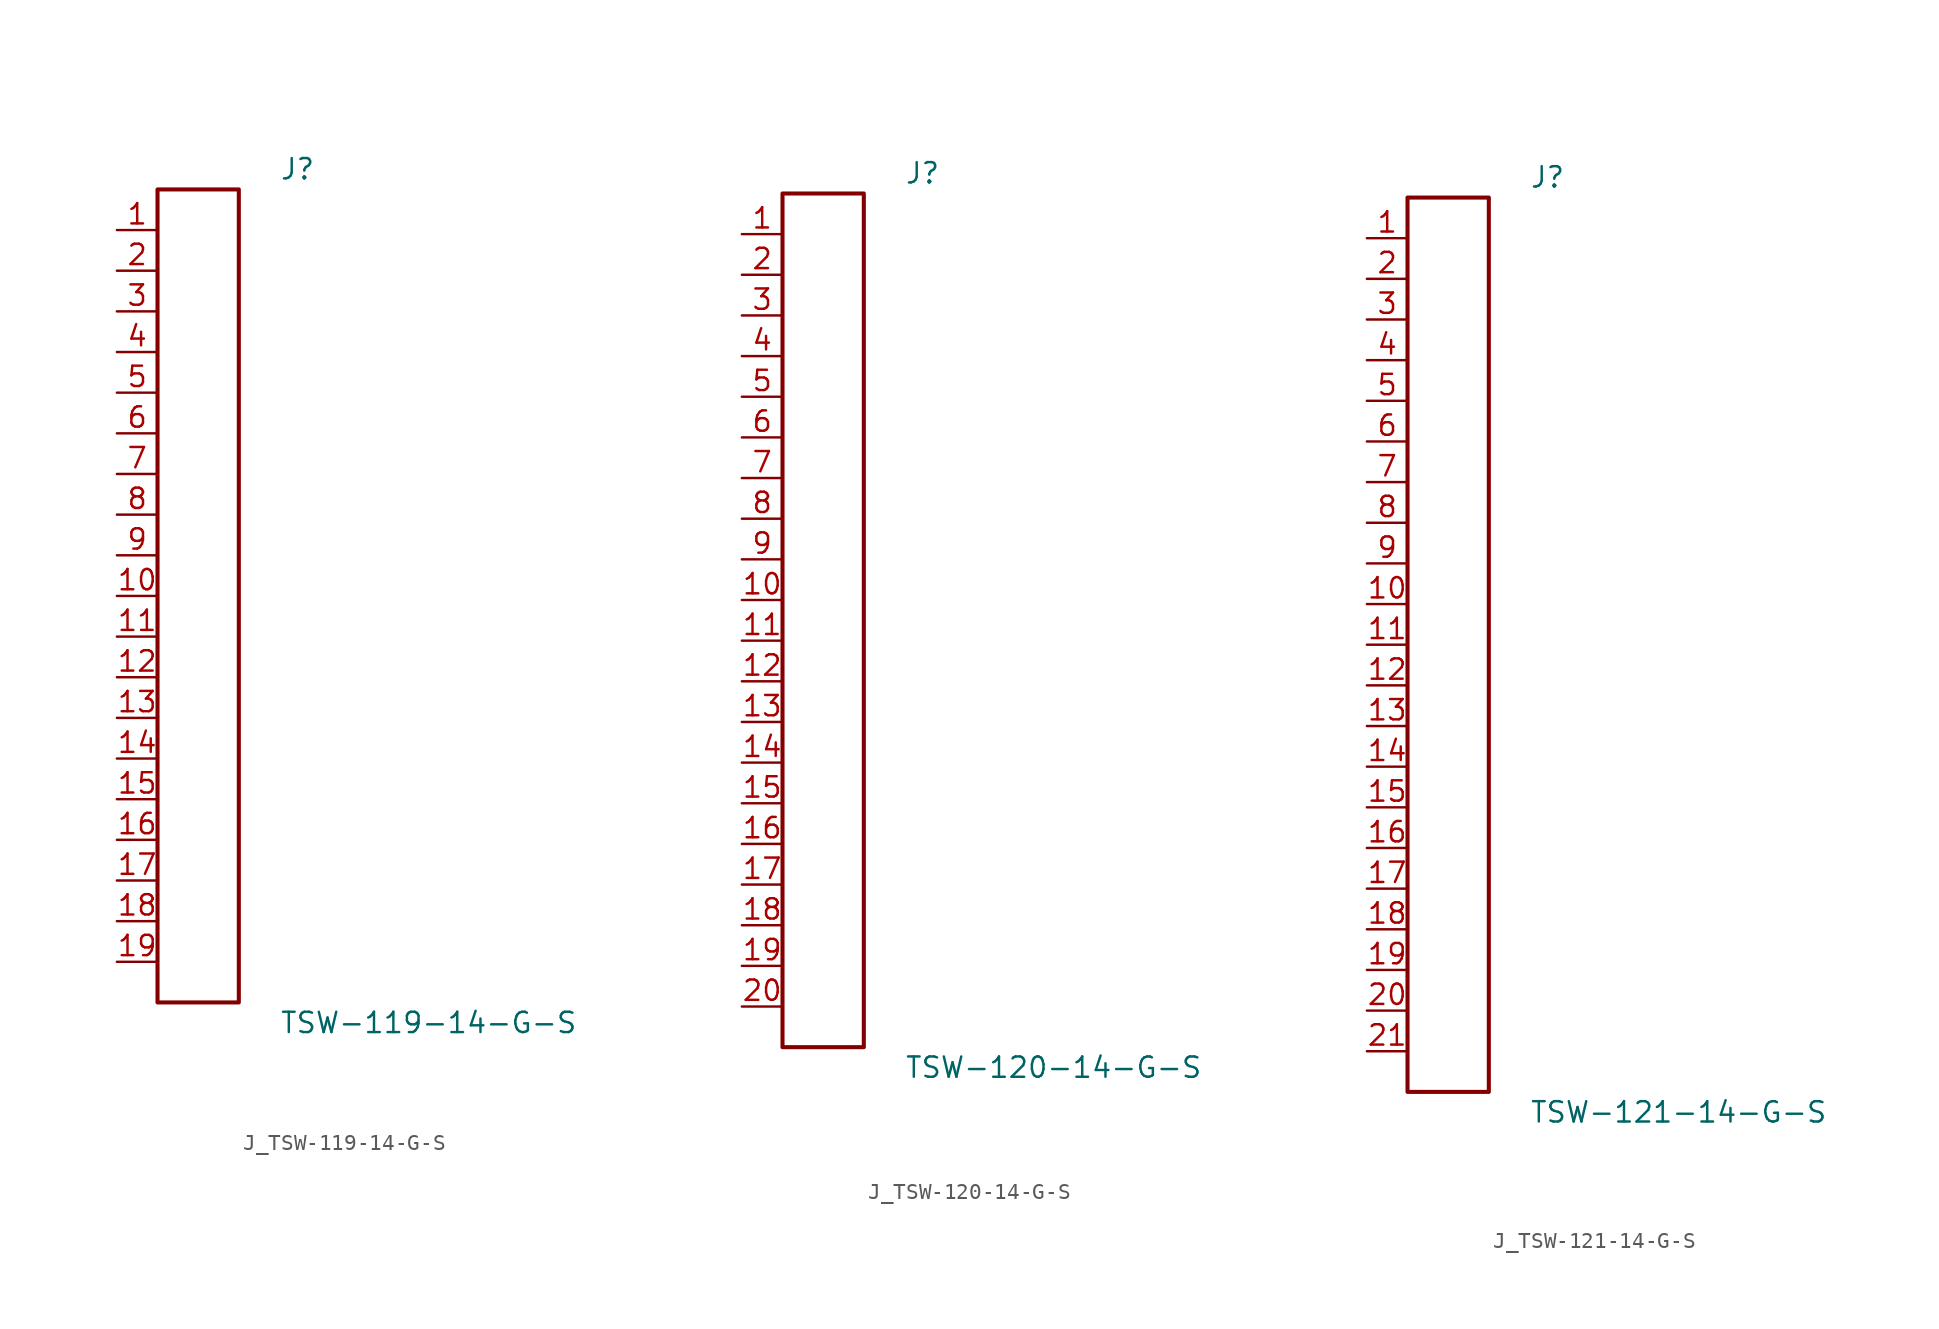
<source format=kicad_sym>
(kicad_symbol_lib
  (version 20231120)
  (generator kicad_symbol_editor)
  (generator_version 8.0)
  (symbol "J_TSW-119-14-G-S"
    (pin_names
      (offset 0.254))
    (property "Reference" "J"
      (at 5.08 26.67 0)
      (effects (font (size 1.27 1.27)) (justify left)))
    (property "Value" "TSW-119-14-G-S"
      (at 5.08 -26.67 0)
      (effects (font (size 1.27 1.27)) (justify left)))
    (symbol "J_TSW-119-14-G-S_0_0"
      (pin passive line (at -5.08 22.86 0) (length 2.54) (name "" (effects (font (size 1.27 1.27)))) (number "1" (effects (font (size 1.27 1.27)))))
      (pin passive line (at -5.08 20.32 0) (length 2.54) (name "" (effects (font (size 1.27 1.27)))) (number "2" (effects (font (size 1.27 1.27)))))
      (pin passive line (at -5.08 17.78 0) (length 2.54) (name "" (effects (font (size 1.27 1.27)))) (number "3" (effects (font (size 1.27 1.27)))))
      (pin passive line (at -5.08 15.24 0) (length 2.54) (name "" (effects (font (size 1.27 1.27)))) (number "4" (effects (font (size 1.27 1.27)))))
      (pin passive line (at -5.08 12.7 0) (length 2.54) (name "" (effects (font (size 1.27 1.27)))) (number "5" (effects (font (size 1.27 1.27)))))
      (pin passive line (at -5.08 10.16 0) (length 2.54) (name "" (effects (font (size 1.27 1.27)))) (number "6" (effects (font (size 1.27 1.27)))))
      (pin passive line (at -5.08 7.62 0) (length 2.54) (name "" (effects (font (size 1.27 1.27)))) (number "7" (effects (font (size 1.27 1.27)))))
      (pin passive line (at -5.08 5.08 0) (length 2.54) (name "" (effects (font (size 1.27 1.27)))) (number "8" (effects (font (size 1.27 1.27)))))
      (pin passive line (at -5.08 2.54 0) (length 2.54) (name "" (effects (font (size 1.27 1.27)))) (number "9" (effects (font (size 1.27 1.27)))))
      (pin passive line (at -5.08 0.0 0) (length 2.54) (name "" (effects (font (size 1.27 1.27)))) (number "10" (effects (font (size 1.27 1.27)))))
      (pin passive line (at -5.08 -2.54 0) (length 2.54) (name "" (effects (font (size 1.27 1.27)))) (number "11" (effects (font (size 1.27 1.27)))))
      (pin passive line (at -5.08 -5.08 0) (length 2.54) (name "" (effects (font (size 1.27 1.27)))) (number "12" (effects (font (size 1.27 1.27)))))
      (pin passive line (at -5.08 -7.62 0) (length 2.54) (name "" (effects (font (size 1.27 1.27)))) (number "13" (effects (font (size 1.27 1.27)))))
      (pin passive line (at -5.08 -10.16 0) (length 2.54) (name "" (effects (font (size 1.27 1.27)))) (number "14" (effects (font (size 1.27 1.27)))))
      (pin passive line (at -5.08 -12.7 0) (length 2.54) (name "" (effects (font (size 1.27 1.27)))) (number "15" (effects (font (size 1.27 1.27)))))
      (pin passive line (at -5.08 -15.24 0) (length 2.54) (name "" (effects (font (size 1.27 1.27)))) (number "16" (effects (font (size 1.27 1.27)))))
      (pin passive line (at -5.08 -17.78 0) (length 2.54) (name "" (effects (font (size 1.27 1.27)))) (number "17" (effects (font (size 1.27 1.27)))))
      (pin passive line (at -5.08 -20.32 0) (length 2.54) (name "" (effects (font (size 1.27 1.27)))) (number "18" (effects (font (size 1.27 1.27)))))
      (pin passive line (at -5.08 -22.86 0) (length 2.54) (name "" (effects (font (size 1.27 1.27)))) (number "19" (effects (font (size 1.27 1.27))))))
    (symbol "J_TSW-119-14-G-S_1_0"
      (rectangle (start -2.54 25.4) (end 2.54 -25.4) (stroke (width 0.254) (type solid)) (fill (type none)))))
  (symbol "J_TSW-120-14-G-S"
    (pin_names
      (offset 0.254))
    (property "Reference" "J"
      (at 5.08 27.94 0)
      (effects (font (size 1.27 1.27)) (justify left)))
    (property "Value" "TSW-120-14-G-S"
      (at 5.08 -27.94 0)
      (effects (font (size 1.27 1.27)) (justify left)))
    (symbol "J_TSW-120-14-G-S_0_0"
      (pin passive line (at -5.08 24.13 0) (length 2.54) (name "" (effects (font (size 1.27 1.27)))) (number "1" (effects (font (size 1.27 1.27)))))
      (pin passive line (at -5.08 21.59 0) (length 2.54) (name "" (effects (font (size 1.27 1.27)))) (number "2" (effects (font (size 1.27 1.27)))))
      (pin passive line (at -5.08 19.05 0) (length 2.54) (name "" (effects (font (size 1.27 1.27)))) (number "3" (effects (font (size 1.27 1.27)))))
      (pin passive line (at -5.08 16.51 0) (length 2.54) (name "" (effects (font (size 1.27 1.27)))) (number "4" (effects (font (size 1.27 1.27)))))
      (pin passive line (at -5.08 13.97 0) (length 2.54) (name "" (effects (font (size 1.27 1.27)))) (number "5" (effects (font (size 1.27 1.27)))))
      (pin passive line (at -5.08 11.43 0) (length 2.54) (name "" (effects (font (size 1.27 1.27)))) (number "6" (effects (font (size 1.27 1.27)))))
      (pin passive line (at -5.08 8.89 0) (length 2.54) (name "" (effects (font (size 1.27 1.27)))) (number "7" (effects (font (size 1.27 1.27)))))
      (pin passive line (at -5.08 6.35 0) (length 2.54) (name "" (effects (font (size 1.27 1.27)))) (number "8" (effects (font (size 1.27 1.27)))))
      (pin passive line (at -5.08 3.81 0) (length 2.54) (name "" (effects (font (size 1.27 1.27)))) (number "9" (effects (font (size 1.27 1.27)))))
      (pin passive line (at -5.08 1.27 0) (length 2.54) (name "" (effects (font (size 1.27 1.27)))) (number "10" (effects (font (size 1.27 1.27)))))
      (pin passive line (at -5.08 -1.27 0) (length 2.54) (name "" (effects (font (size 1.27 1.27)))) (number "11" (effects (font (size 1.27 1.27)))))
      (pin passive line (at -5.08 -3.81 0) (length 2.54) (name "" (effects (font (size 1.27 1.27)))) (number "12" (effects (font (size 1.27 1.27)))))
      (pin passive line (at -5.08 -6.35 0) (length 2.54) (name "" (effects (font (size 1.27 1.27)))) (number "13" (effects (font (size 1.27 1.27)))))
      (pin passive line (at -5.08 -8.89 0) (length 2.54) (name "" (effects (font (size 1.27 1.27)))) (number "14" (effects (font (size 1.27 1.27)))))
      (pin passive line (at -5.08 -11.43 0) (length 2.54) (name "" (effects (font (size 1.27 1.27)))) (number "15" (effects (font (size 1.27 1.27)))))
      (pin passive line (at -5.08 -13.97 0) (length 2.54) (name "" (effects (font (size 1.27 1.27)))) (number "16" (effects (font (size 1.27 1.27)))))
      (pin passive line (at -5.08 -16.51 0) (length 2.54) (name "" (effects (font (size 1.27 1.27)))) (number "17" (effects (font (size 1.27 1.27)))))
      (pin passive line (at -5.08 -19.05 0) (length 2.54) (name "" (effects (font (size 1.27 1.27)))) (number "18" (effects (font (size 1.27 1.27)))))
      (pin passive line (at -5.08 -21.59 0) (length 2.54) (name "" (effects (font (size 1.27 1.27)))) (number "19" (effects (font (size 1.27 1.27)))))
      (pin passive line (at -5.08 -24.13 0) (length 2.54) (name "" (effects (font (size 1.27 1.27)))) (number "20" (effects (font (size 1.27 1.27))))))
    (symbol "J_TSW-120-14-G-S_1_0"
      (rectangle (start -2.54 26.67) (end 2.54 -26.67) (stroke (width 0.254) (type solid)) (fill (type none)))))
  (symbol "J_TSW-121-14-G-S"
    (pin_names
      (offset 0.254))
    (property "Reference" "J"
      (at 5.08 29.21 0)
      (effects (font (size 1.27 1.27)) (justify left)))
    (property "Value" "TSW-121-14-G-S"
      (at 5.08 -29.21 0)
      (effects (font (size 1.27 1.27)) (justify left)))
    (symbol "J_TSW-121-14-G-S_0_0"
      (pin passive line (at -5.08 25.4 0) (length 2.54) (name "" (effects (font (size 1.27 1.27)))) (number "1" (effects (font (size 1.27 1.27)))))
      (pin passive line (at -5.08 22.86 0) (length 2.54) (name "" (effects (font (size 1.27 1.27)))) (number "2" (effects (font (size 1.27 1.27)))))
      (pin passive line (at -5.08 20.32 0) (length 2.54) (name "" (effects (font (size 1.27 1.27)))) (number "3" (effects (font (size 1.27 1.27)))))
      (pin passive line (at -5.08 17.78 0) (length 2.54) (name "" (effects (font (size 1.27 1.27)))) (number "4" (effects (font (size 1.27 1.27)))))
      (pin passive line (at -5.08 15.24 0) (length 2.54) (name "" (effects (font (size 1.27 1.27)))) (number "5" (effects (font (size 1.27 1.27)))))
      (pin passive line (at -5.08 12.7 0) (length 2.54) (name "" (effects (font (size 1.27 1.27)))) (number "6" (effects (font (size 1.27 1.27)))))
      (pin passive line (at -5.08 10.16 0) (length 2.54) (name "" (effects (font (size 1.27 1.27)))) (number "7" (effects (font (size 1.27 1.27)))))
      (pin passive line (at -5.08 7.62 0) (length 2.54) (name "" (effects (font (size 1.27 1.27)))) (number "8" (effects (font (size 1.27 1.27)))))
      (pin passive line (at -5.08 5.08 0) (length 2.54) (name "" (effects (font (size 1.27 1.27)))) (number "9" (effects (font (size 1.27 1.27)))))
      (pin passive line (at -5.08 2.54 0) (length 2.54) (name "" (effects (font (size 1.27 1.27)))) (number "10" (effects (font (size 1.27 1.27)))))
      (pin passive line (at -5.08 0.0 0) (length 2.54) (name "" (effects (font (size 1.27 1.27)))) (number "11" (effects (font (size 1.27 1.27)))))
      (pin passive line (at -5.08 -2.54 0) (length 2.54) (name "" (effects (font (size 1.27 1.27)))) (number "12" (effects (font (size 1.27 1.27)))))
      (pin passive line (at -5.08 -5.08 0) (length 2.54) (name "" (effects (font (size 1.27 1.27)))) (number "13" (effects (font (size 1.27 1.27)))))
      (pin passive line (at -5.08 -7.62 0) (length 2.54) (name "" (effects (font (size 1.27 1.27)))) (number "14" (effects (font (size 1.27 1.27)))))
      (pin passive line (at -5.08 -10.16 0) (length 2.54) (name "" (effects (font (size 1.27 1.27)))) (number "15" (effects (font (size 1.27 1.27)))))
      (pin passive line (at -5.08 -12.7 0) (length 2.54) (name "" (effects (font (size 1.27 1.27)))) (number "16" (effects (font (size 1.27 1.27)))))
      (pin passive line (at -5.08 -15.24 0) (length 2.54) (name "" (effects (font (size 1.27 1.27)))) (number "17" (effects (font (size 1.27 1.27)))))
      (pin passive line (at -5.08 -17.78 0) (length 2.54) (name "" (effects (font (size 1.27 1.27)))) (number "18" (effects (font (size 1.27 1.27)))))
      (pin passive line (at -5.08 -20.32 0) (length 2.54) (name "" (effects (font (size 1.27 1.27)))) (number "19" (effects (font (size 1.27 1.27)))))
      (pin passive line (at -5.08 -22.86 0) (length 2.54) (name "" (effects (font (size 1.27 1.27)))) (number "20" (effects (font (size 1.27 1.27)))))
      (pin passive line (at -5.08 -25.4 0) (length 2.54) (name "" (effects (font (size 1.27 1.27)))) (number "21" (effects (font (size 1.27 1.27))))))
    (symbol "J_TSW-121-14-G-S_1_0"
      (rectangle (start -2.54 27.94) (end 2.54 -27.94) (stroke (width 0.254) (type solid)) (fill (type none))))))
</source>
